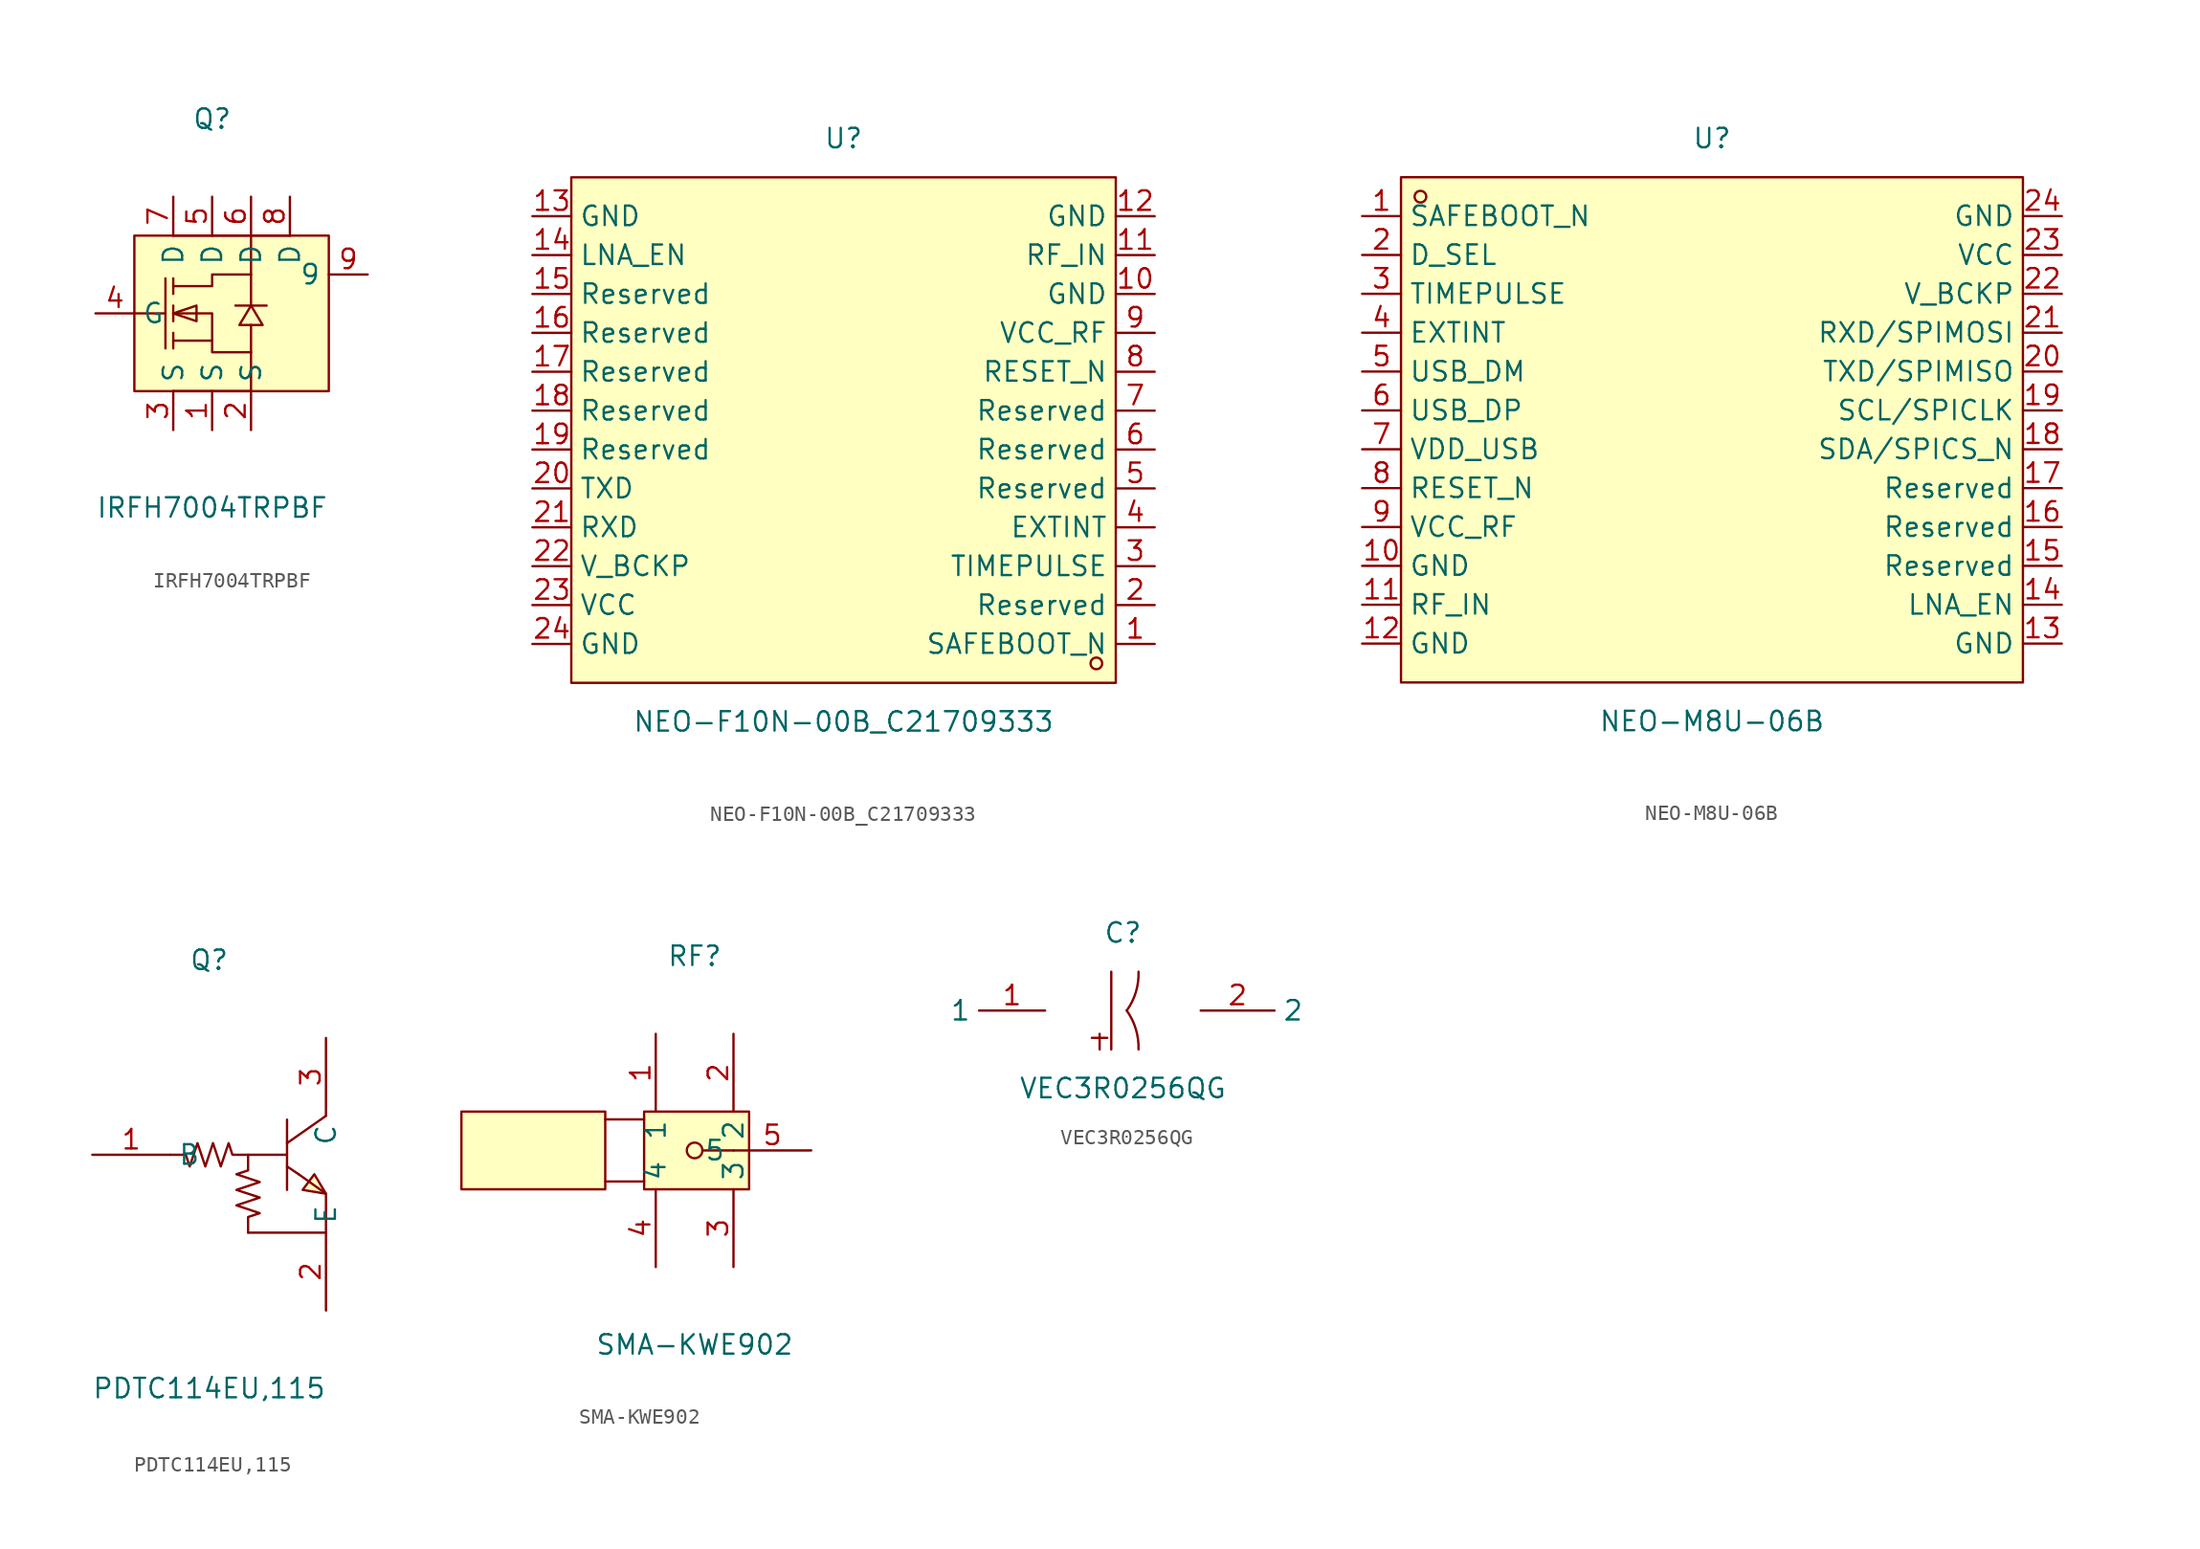
<source format=kicad_sym>
(kicad_symbol_lib
  (version 20211014)
  (generator https://github.com/uPesy/easyeda2kicad.py)
  (symbol "IRFH7004TRPBF"
    (property "Reference" "Q"
      (at 0 12.70 0)
      (effects (font (size 1.27 1.27))))
    (property "Value" "IRFH7004TRPBF"
      (at 0 -12.70 0)
      (effects (font (size 1.27 1.27))))
    (symbol "IRFH7004TRPBF_0_1"
      (rectangle (start -5.08 5.08) (end 7.62 -5.08) (stroke (width 0) (type default) (color 0 0 0 0)) (fill (type background)))
      (polyline (pts (xy 2.54 -5.08) (xy 2.54 -2.54)) (stroke (width 0) (type default) (color 0 0 0 0)) (fill (type none)))
      (polyline (pts (xy 2.54 -5.08) (xy -2.54 -5.08)) (stroke (width 0) (type default) (color 0 0 0 0)) (fill (type none)))
      (polyline (pts (xy 5.08 5.08) (xy -2.54 5.08)) (stroke (width 0) (type default) (color 0 0 0 0)) (fill (type none)))
      (polyline (pts (xy 2.54 2.54) (xy 2.54 5.08)) (stroke (width 0) (type default) (color 0 0 0 0)) (fill (type none)))
      (polyline (pts (xy 3.56 0.51) (xy 3.05 0.51) (xy 2.03 0.51) (xy 1.52 0.51)) (stroke (width 0) (type default) (color 0 0 0 0)) (fill (type none)))
      (polyline (pts (xy -5.08 -0.00) (xy -3.05 -0.00)) (stroke (width 0) (type default) (color 0 0 0 0)) (fill (type none)))
      (polyline (pts (xy -2.54 -2.29) (xy -2.54 -1.27)) (stroke (width 0) (type default) (color 0 0 0 0)) (fill (type none)))
      (polyline (pts (xy -2.54 -0.51) (xy -2.54 0.51)) (stroke (width 0) (type default) (color 0 0 0 0)) (fill (type none)))
      (polyline (pts (xy -2.54 2.29) (xy -2.54 1.27)) (stroke (width 0) (type default) (color 0 0 0 0)) (fill (type none)))
      (polyline (pts (xy -3.05 2.29) (xy -3.05 -2.29)) (stroke (width 0) (type default) (color 0 0 0 0)) (fill (type none)))
      (polyline (pts (xy 0.00 -1.78) (xy -2.54 -1.78)) (stroke (width 0) (type default) (color 0 0 0 0)) (fill (type none)))
      (polyline (pts (xy -2.54 -0.00) (xy 0.00 -0.00) (xy 0.00 -2.54) (xy 2.54 -2.54) (xy 2.54 -0.76)) (stroke (width 0) (type default) (color 0 0 0 0)) (fill (type none)))
      (polyline (pts (xy -2.54 1.78) (xy 0.00 1.78) (xy 0.00 2.54) (xy 2.54 2.54) (xy 2.54 0.51)) (stroke (width 0) (type default) (color 0 0 0 0)) (fill (type none)))
      (polyline (pts (xy 2.54 0.51) (xy 1.78 -0.76) (xy 3.30 -0.76) (xy 2.54 0.51)) (stroke (width 0) (type default) (color 0 0 0 0)) (fill (type background)))
      (polyline (pts (xy -2.54 -0.00) (xy -1.02 -0.51) (xy -1.02 0.51) (xy -2.54 -0.00)) (stroke (width 0) (type default) (color 0 0 0 0)) (fill (type background)))
      (pin unspecified line (at -2.54 -7.62 90) (length 2.54) (name "S" (effects (font (size 1.27 1.27)))) (number "3" (effects (font (size 1.27 1.27)))))
      (pin unspecified line (at -7.62 -0.00 0) (length 2.54) (name "G" (effects (font (size 1.27 1.27)))) (number "4" (effects (font (size 1.27 1.27)))))
      (pin unspecified line (at -2.54 7.62 270) (length 2.54) (name "D" (effects (font (size 1.27 1.27)))) (number "7" (effects (font (size 1.27 1.27)))))
      (pin unspecified line (at 5.08 7.62 270) (length 2.54) (name "D" (effects (font (size 1.27 1.27)))) (number "8" (effects (font (size 1.27 1.27)))))
      (pin unspecified line (at 2.54 7.62 270) (length 2.54) (name "D" (effects (font (size 1.27 1.27)))) (number "6" (effects (font (size 1.27 1.27)))))
      (pin unspecified line (at 2.54 -7.62 90) (length 2.54) (name "S" (effects (font (size 1.27 1.27)))) (number "2" (effects (font (size 1.27 1.27)))))
      (pin unspecified line (at 0.00 7.62 270) (length 2.54) (name "D" (effects (font (size 1.27 1.27)))) (number "5" (effects (font (size 1.27 1.27)))))
      (pin unspecified line (at 0.00 -7.62 90) (length 2.54) (name "S" (effects (font (size 1.27 1.27)))) (number "1" (effects (font (size 1.27 1.27)))))
      (pin unspecified line (at 10.16 2.54 180) (length 2.54) (name "9" (effects (font (size 1.27 1.27)))) (number "9" (effects (font (size 1.27 1.27)))))))
  (symbol "NEO-F10N-00B_C21709333"
    (property "Reference" "U"
      (at 0 20.32 0)
      (effects (font (size 1.27 1.27))))
    (property "Value" "NEO-F10N-00B_C21709333"
      (at 0 -17.78 0)
      (effects (font (size 1.27 1.27))))
    (symbol "NEO-F10N-00B_C21709333_0_1"
      (rectangle (start -17.78 17.78) (end 17.78 -15.24) (stroke (width 0) (type default) (color 0 0 0 0)) (fill (type background)))
      (circle (center 16.51 -13.97) (radius 0.38) (stroke (width 0) (type default) (color 0 0 0 0)) (fill (type none)))
      (pin unspecified line (at -20.32 -12.70 0) (length 2.54) (name "GND" (effects (font (size 1.27 1.27)))) (number "24" (effects (font (size 1.27 1.27)))))
      (pin unspecified line (at -20.32 -10.16 0) (length 2.54) (name "VCC" (effects (font (size 1.27 1.27)))) (number "23" (effects (font (size 1.27 1.27)))))
      (pin unspecified line (at -20.32 -7.62 0) (length 2.54) (name "V_BCKP" (effects (font (size 1.27 1.27)))) (number "22" (effects (font (size 1.27 1.27)))))
      (pin unspecified line (at -20.32 -5.08 0) (length 2.54) (name "RXD" (effects (font (size 1.27 1.27)))) (number "21" (effects (font (size 1.27 1.27)))))
      (pin unspecified line (at -20.32 -2.54 0) (length 2.54) (name "TXD" (effects (font (size 1.27 1.27)))) (number "20" (effects (font (size 1.27 1.27)))))
      (pin unspecified line (at -20.32 -0.00 0) (length 2.54) (name "Reserved" (effects (font (size 1.27 1.27)))) (number "19" (effects (font (size 1.27 1.27)))))
      (pin unspecified line (at -20.32 2.54 0) (length 2.54) (name "Reserved" (effects (font (size 1.27 1.27)))) (number "18" (effects (font (size 1.27 1.27)))))
      (pin unspecified line (at -20.32 5.08 0) (length 2.54) (name "Reserved" (effects (font (size 1.27 1.27)))) (number "17" (effects (font (size 1.27 1.27)))))
      (pin unspecified line (at -20.32 7.62 0) (length 2.54) (name "Reserved" (effects (font (size 1.27 1.27)))) (number "16" (effects (font (size 1.27 1.27)))))
      (pin unspecified line (at -20.32 10.16 0) (length 2.54) (name "Reserved" (effects (font (size 1.27 1.27)))) (number "15" (effects (font (size 1.27 1.27)))))
      (pin unspecified line (at -20.32 12.70 0) (length 2.54) (name "LNA_EN" (effects (font (size 1.27 1.27)))) (number "14" (effects (font (size 1.27 1.27)))))
      (pin unspecified line (at -20.32 15.24 0) (length 2.54) (name "GND" (effects (font (size 1.27 1.27)))) (number "13" (effects (font (size 1.27 1.27)))))
      (pin unspecified line (at 20.32 15.24 180) (length 2.54) (name "GND" (effects (font (size 1.27 1.27)))) (number "12" (effects (font (size 1.27 1.27)))))
      (pin unspecified line (at 20.32 12.70 180) (length 2.54) (name "RF_IN" (effects (font (size 1.27 1.27)))) (number "11" (effects (font (size 1.27 1.27)))))
      (pin unspecified line (at 20.32 10.16 180) (length 2.54) (name "GND" (effects (font (size 1.27 1.27)))) (number "10" (effects (font (size 1.27 1.27)))))
      (pin unspecified line (at 20.32 7.62 180) (length 2.54) (name "VCC_RF" (effects (font (size 1.27 1.27)))) (number "9" (effects (font (size 1.27 1.27)))))
      (pin unspecified line (at 20.32 5.08 180) (length 2.54) (name "RESET_N" (effects (font (size 1.27 1.27)))) (number "8" (effects (font (size 1.27 1.27)))))
      (pin unspecified line (at 20.32 2.54 180) (length 2.54) (name "Reserved" (effects (font (size 1.27 1.27)))) (number "7" (effects (font (size 1.27 1.27)))))
      (pin unspecified line (at 20.32 -0.00 180) (length 2.54) (name "Reserved" (effects (font (size 1.27 1.27)))) (number "6" (effects (font (size 1.27 1.27)))))
      (pin unspecified line (at 20.32 -2.54 180) (length 2.54) (name "Reserved" (effects (font (size 1.27 1.27)))) (number "5" (effects (font (size 1.27 1.27)))))
      (pin unspecified line (at 20.32 -5.08 180) (length 2.54) (name "EXTINT" (effects (font (size 1.27 1.27)))) (number "4" (effects (font (size 1.27 1.27)))))
      (pin unspecified line (at 20.32 -7.62 180) (length 2.54) (name "TIMEPULSE" (effects (font (size 1.27 1.27)))) (number "3" (effects (font (size 1.27 1.27)))))
      (pin unspecified line (at 20.32 -10.16 180) (length 2.54) (name "Reserved" (effects (font (size 1.27 1.27)))) (number "2" (effects (font (size 1.27 1.27)))))
      (pin unspecified line (at 20.32 -12.70 180) (length 2.54) (name "SAFEBOOT_N" (effects (font (size 1.27 1.27)))) (number "1" (effects (font (size 1.27 1.27)))))))
  (symbol "NEO-M8U-06B"
    (property "Reference" "U"
      (at 0 19.05 0)
      (effects (font (size 1.27 1.27))))
    (property "Value" "NEO-M8U-06B"
      (at 0 -19.05 0)
      (effects (font (size 1.27 1.27))))
    (symbol "NEO-M8U-06B_0_1"
      (rectangle (start -20.32 16.51) (end 20.32 -16.51) (stroke (width 0) (type default) (color 0 0 0 0)) (fill (type background)))
      (circle (center -19.05 15.24) (radius 0.38) (stroke (width 0) (type default) (color 0 0 0 0)) (fill (type none)))
      (pin unspecified line (at -22.86 13.97 0) (length 2.54) (name "SAFEBOOT_N" (effects (font (size 1.27 1.27)))) (number "1" (effects (font (size 1.27 1.27)))))
      (pin unspecified line (at -22.86 11.43 0) (length 2.54) (name "D_SEL" (effects (font (size 1.27 1.27)))) (number "2" (effects (font (size 1.27 1.27)))))
      (pin unspecified line (at -22.86 8.89 0) (length 2.54) (name "TIMEPULSE" (effects (font (size 1.27 1.27)))) (number "3" (effects (font (size 1.27 1.27)))))
      (pin unspecified line (at -22.86 6.35 0) (length 2.54) (name "EXTINT" (effects (font (size 1.27 1.27)))) (number "4" (effects (font (size 1.27 1.27)))))
      (pin unspecified line (at -22.86 3.81 0) (length 2.54) (name "USB_DM" (effects (font (size 1.27 1.27)))) (number "5" (effects (font (size 1.27 1.27)))))
      (pin unspecified line (at -22.86 1.27 0) (length 2.54) (name "USB_DP" (effects (font (size 1.27 1.27)))) (number "6" (effects (font (size 1.27 1.27)))))
      (pin unspecified line (at -22.86 -1.27 0) (length 2.54) (name "VDD_USB" (effects (font (size 1.27 1.27)))) (number "7" (effects (font (size 1.27 1.27)))))
      (pin unspecified line (at -22.86 -3.81 0) (length 2.54) (name "RESET_N" (effects (font (size 1.27 1.27)))) (number "8" (effects (font (size 1.27 1.27)))))
      (pin unspecified line (at -22.86 -6.35 0) (length 2.54) (name "VCC_RF" (effects (font (size 1.27 1.27)))) (number "9" (effects (font (size 1.27 1.27)))))
      (pin unspecified line (at -22.86 -8.89 0) (length 2.54) (name "GND" (effects (font (size 1.27 1.27)))) (number "10" (effects (font (size 1.27 1.27)))))
      (pin unspecified line (at -22.86 -11.43 0) (length 2.54) (name "RF_IN" (effects (font (size 1.27 1.27)))) (number "11" (effects (font (size 1.27 1.27)))))
      (pin unspecified line (at -22.86 -13.97 0) (length 2.54) (name "GND" (effects (font (size 1.27 1.27)))) (number "12" (effects (font (size 1.27 1.27)))))
      (pin unspecified line (at 22.86 -13.97 180) (length 2.54) (name "GND" (effects (font (size 1.27 1.27)))) (number "13" (effects (font (size 1.27 1.27)))))
      (pin unspecified line (at 22.86 -11.43 180) (length 2.54) (name "LNA_EN" (effects (font (size 1.27 1.27)))) (number "14" (effects (font (size 1.27 1.27)))))
      (pin unspecified line (at 22.86 -8.89 180) (length 2.54) (name "Reserved" (effects (font (size 1.27 1.27)))) (number "15" (effects (font (size 1.27 1.27)))))
      (pin unspecified line (at 22.86 -6.35 180) (length 2.54) (name "Reserved" (effects (font (size 1.27 1.27)))) (number "16" (effects (font (size 1.27 1.27)))))
      (pin unspecified line (at 22.86 -3.81 180) (length 2.54) (name "Reserved" (effects (font (size 1.27 1.27)))) (number "17" (effects (font (size 1.27 1.27)))))
      (pin unspecified line (at 22.86 -1.27 180) (length 2.54) (name "SDA/SPICS_N" (effects (font (size 1.27 1.27)))) (number "18" (effects (font (size 1.27 1.27)))))
      (pin unspecified line (at 22.86 1.27 180) (length 2.54) (name "SCL/SPICLK" (effects (font (size 1.27 1.27)))) (number "19" (effects (font (size 1.27 1.27)))))
      (pin unspecified line (at 22.86 3.81 180) (length 2.54) (name "TXD/SPIMISO" (effects (font (size 1.27 1.27)))) (number "20" (effects (font (size 1.27 1.27)))))
      (pin unspecified line (at 22.86 6.35 180) (length 2.54) (name "RXD/SPIMOSI" (effects (font (size 1.27 1.27)))) (number "21" (effects (font (size 1.27 1.27)))))
      (pin unspecified line (at 22.86 8.89 180) (length 2.54) (name "V_BCKP" (effects (font (size 1.27 1.27)))) (number "22" (effects (font (size 1.27 1.27)))))
      (pin unspecified line (at 22.86 11.43 180) (length 2.54) (name "VCC" (effects (font (size 1.27 1.27)))) (number "23" (effects (font (size 1.27 1.27)))))
      (pin unspecified line (at 22.86 13.97 180) (length 2.54) (name "GND" (effects (font (size 1.27 1.27)))) (number "24" (effects (font (size 1.27 1.27)))))))
  (symbol "PDTC114EU,115"
    (property "Reference" "Q"
      (at 0 13.97 0)
      (effects (font (size 1.27 1.27))))
    (property "Value" "PDTC114EU,115"
      (at 0 -13.97 0)
      (effects (font (size 1.27 1.27))))
    (symbol "PDTC114EU,115_0_1"
      (polyline (pts (xy 5.08 2.03) (xy 7.62 3.81)) (stroke (width 0) (type default) (color 0 0 0 0)) (fill (type none)))
      (polyline (pts (xy 5.08 -1.02) (xy 5.08 3.56)) (stroke (width 0) (type default) (color 0 0 0 0)) (fill (type none)))
      (polyline (pts (xy 5.84 -0.00) (xy 7.62 -1.27) (xy 7.62 -3.81) (xy 2.54 -3.81)) (stroke (width 0) (type default) (color 0 0 0 0)) (fill (type none)))
      (polyline (pts (xy -2.54 1.27) (xy -1.52 1.27) (xy -1.27 0.51) (xy -0.76 2.03) (xy -0.25 0.51) (xy 0.25 2.03) (xy 0.76 0.51) (xy 1.27 2.03) (xy 1.52 1.27) (xy 2.54 1.27) (xy 5.08 1.27)) (stroke (width 0) (type default) (color 0 0 0 0)) (fill (type none)))
      (polyline (pts (xy 2.54 -3.81) (xy 2.54 -2.79) (xy 3.30 -2.54) (xy 1.78 -2.03) (xy 3.30 -1.52) (xy 1.78 -1.02) (xy 3.30 -0.51) (xy 1.78 -0.00) (xy 2.54 0.25) (xy 2.54 1.27)) (stroke (width 0) (type default) (color 0 0 0 0)) (fill (type none)))
      (polyline (pts (xy 5.84 -0.00) (xy 5.08 0.51)) (stroke (width 0) (type default) (color 0 0 0 0)) (fill (type none)))
      (polyline (pts (xy 7.62 -1.27) (xy 6.10 -1.02) (xy 6.86 -0.00) (xy 7.62 -1.27)) (stroke (width 0) (type default) (color 0 0 0 0)) (fill (type background)))
      (pin unspecified line (at 7.62 8.89 270) (length 5.08) (name "C" (effects (font (size 1.27 1.27)))) (number "3" (effects (font (size 1.27 1.27)))))
      (pin unspecified line (at -7.62 1.27 0) (length 5.08) (name "B" (effects (font (size 1.27 1.27)))) (number "1" (effects (font (size 1.27 1.27)))))
      (pin unspecified line (at 7.62 -8.89 90) (length 5.08) (name "E" (effects (font (size 1.27 1.27)))) (number "2" (effects (font (size 1.27 1.27)))))))
  (symbol "SMA-KWE902"
    (property "Reference" "RF"
      (at 0 12.70 0)
      (effects (font (size 1.27 1.27))))
    (property "Value" "SMA-KWE902"
      (at 0 -12.70 0)
      (effects (font (size 1.27 1.27))))
    (symbol "SMA-KWE902_0_1"
      (rectangle (start -15.24 2.54) (end -5.84 -2.54) (stroke (width 0) (type default) (color 0 0 0 0)) (fill (type background)))
      (rectangle (start -3.30 2.54) (end 3.56 -2.54) (stroke (width 0) (type default) (color 0 0 0 0)) (fill (type background)))
      (circle (center 0.00 -0.00) (radius 0.51) (stroke (width 0) (type default) (color 0 0 0 0)) (fill (type none)))
      (polyline (pts (xy -5.84 2.03) (xy -3.30 2.03)) (stroke (width 0) (type default) (color 0 0 0 0)) (fill (type none)))
      (polyline (pts (xy -5.84 -2.03) (xy -3.30 -2.03)) (stroke (width 0) (type default) (color 0 0 0 0)) (fill (type none)))
      (polyline (pts (xy 0.51 -0.00) (xy 2.54 -0.00)) (stroke (width 0) (type default) (color 0 0 0 0)) (fill (type none)))
      (pin unspecified line (at -2.54 7.62 270) (length 5.08) (name "1" (effects (font (size 1.27 1.27)))) (number "1" (effects (font (size 1.27 1.27)))))
      (pin unspecified line (at 2.54 7.62 270) (length 5.08) (name "2" (effects (font (size 1.27 1.27)))) (number "2" (effects (font (size 1.27 1.27)))))
      (pin unspecified line (at 2.54 -7.62 90) (length 5.08) (name "3" (effects (font (size 1.27 1.27)))) (number "3" (effects (font (size 1.27 1.27)))))
      (pin unspecified line (at -2.54 -7.62 90) (length 5.08) (name "4" (effects (font (size 1.27 1.27)))) (number "4" (effects (font (size 1.27 1.27)))))
      (pin unspecified line (at 7.62 -0.00 180) (length 5.08) (name "5" (effects (font (size 1.27 1.27)))) (number "5" (effects (font (size 1.27 1.27)))))))
  (symbol "VEC3R0256QG"
    (property "Reference" "C"
      (at 0 5.08 0)
      (effects (font (size 1.27 1.27))))
    (property "Value" "VEC3R0256QG"
      (at 0 -5.08 0)
      (effects (font (size 1.27 1.27))))
    (symbol "VEC3R0256QG_0_1"
      (rectangle (start -1.52 -1.52) (end -1.52 -2.54) (stroke (width 0) (type default) (color 0 0 0 0)) (fill (type background)))
      (rectangle (start -2.03 -1.78) (end -1.02 -1.78) (stroke (width 0) (type default) (color 0 0 0 0)) (fill (type background)))
      (arc (start 0.25 -0.00) (mid 8.40 -0.21) (end 1.02 2.54) (stroke (width 0) (type default) (color 0 0 0 0)) (fill (type none)))
      (arc (start 1.02 -2.54) (mid 8.47 0.52) (end 0.25 -0.00) (stroke (width 0) (type default) (color 0 0 0 0)) (fill (type none)))
      (polyline (pts (xy -0.76 -2.54) (xy -0.76 2.54)) (stroke (width 0) (type default) (color 0 0 0 0)) (fill (type none)))
      (pin unspecified line (at -5.08 -0.00 180) (length 4.318) (name "1" (effects (font (size 1.27 1.27)))) (number "1" (effects (font (size 1.27 1.27)))))
      (pin unspecified line (at 5.08 -0.00 0) (length 4.826) (name "2" (effects (font (size 1.27 1.27)))) (number "2" (effects (font (size 1.27 1.27))))))))
</source>
